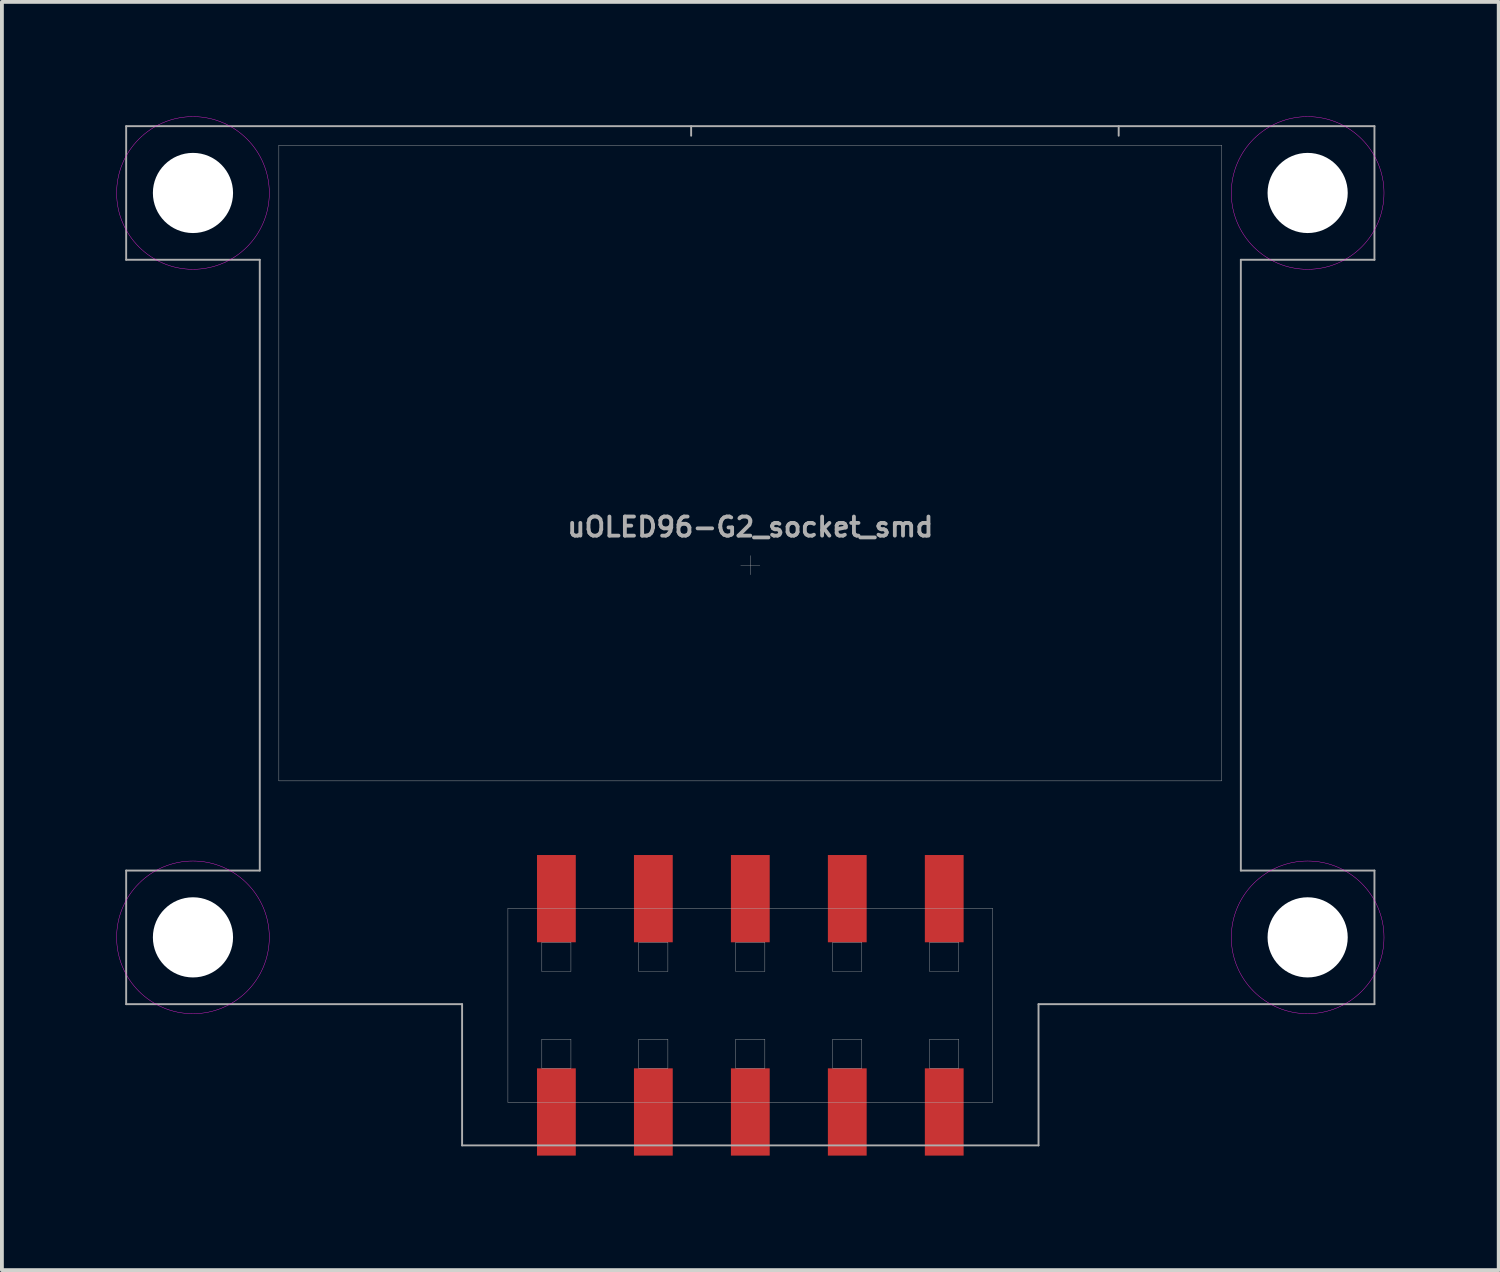
<source format=kicad_pcb>
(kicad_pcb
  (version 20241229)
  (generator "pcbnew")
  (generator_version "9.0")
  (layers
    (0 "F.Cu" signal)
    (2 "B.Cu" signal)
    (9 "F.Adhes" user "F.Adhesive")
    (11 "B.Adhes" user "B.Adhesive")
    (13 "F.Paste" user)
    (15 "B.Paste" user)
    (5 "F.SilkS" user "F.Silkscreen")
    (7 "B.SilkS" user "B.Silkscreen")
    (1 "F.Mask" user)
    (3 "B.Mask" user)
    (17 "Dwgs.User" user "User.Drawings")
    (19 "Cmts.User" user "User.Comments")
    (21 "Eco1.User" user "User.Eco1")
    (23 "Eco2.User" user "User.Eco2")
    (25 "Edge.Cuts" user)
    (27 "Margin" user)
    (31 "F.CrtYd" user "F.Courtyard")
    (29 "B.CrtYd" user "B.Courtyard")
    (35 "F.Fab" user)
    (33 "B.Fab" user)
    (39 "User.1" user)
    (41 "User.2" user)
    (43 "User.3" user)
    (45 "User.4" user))
  (footprint "uOLED96-G2_socket_smd"
    (layer "F.Cu")
    (at 16.605 11.755)
    (property "Reference" "uOLED96-G2_socket_smd" (at 0 -1 0) (layer "F.Fab") (effects (font (size 0.5 0.5) (thickness 0.1))))
    (attr through_hole)
    (fp_circle (center -14.6 -9.75) (end -12.6 -9.75) (stroke (width 0.01) (type solid)) (fill no) (layer "F.CrtYd"))
    (fp_circle (center -14.6 9.75) (end -12.6 9.75) (stroke (width 0.01) (type solid)) (fill no) (layer "F.CrtYd"))
    (fp_circle (center 14.6 -9.75) (end 16.6 -9.75) (stroke (width 0.01) (type solid)) (fill no) (layer "F.CrtYd"))
    (fp_circle (center 14.6 9.75) (end 16.6 9.75) (stroke (width 0.01) (type solid)) (fill no) (layer "F.CrtYd"))
    (fp_line (start -16.35 -11.5) (end -16.35 -8) (stroke (width 0.05) (type solid)) (layer "F.Fab"))
    (fp_line (start -16.35 -11.5) (end 16.35 -11.5) (stroke (width 0.05) (type solid)) (layer "F.Fab"))
    (fp_line (start -16.35 -8) (end -12.85 -8) (stroke (width 0.05) (type solid)) (layer "F.Fab"))
    (fp_line (start -16.35 8) (end -16.35 11.5) (stroke (width 0.05) (type solid)) (layer "F.Fab"))
    (fp_line (start -12.85 -8) (end -12.85 8) (stroke (width 0.05) (type solid)) (layer "F.Fab"))
    (fp_line (start -12.85 8) (end -16.35 8) (stroke (width 0.05) (type solid)) (layer "F.Fab"))
    (fp_line (start -12.35 -11) (end -12.35 5.65) (stroke (width 0.01) (type solid)) (layer "F.Fab"))
    (fp_line (start -12.35 5.65) (end 12.35 5.65) (stroke (width 0.01) (type solid)) (layer "F.Fab"))
    (fp_line (start -7.55 11.5) (end -16.35 11.5) (stroke (width 0.05) (type solid)) (layer "F.Fab"))
    (fp_line (start -7.55 15.2) (end -7.55 11.5) (stroke (width 0.05) (type solid)) (layer "F.Fab"))
    (fp_line (start -7.55 15.2) (end 7.55 15.2) (stroke (width 0.05) (type solid)) (layer "F.Fab"))
    (fp_line (start -6.35 8.99) (end 6.35 8.99) (stroke (width 0.01) (type solid)) (layer "F.Fab"))
    (fp_line (start -6.35 14.07) (end -6.35 8.99) (stroke (width 0.01) (type solid)) (layer "F.Fab"))
    (fp_line (start -5.461 9.879) (end -4.699 9.879) (stroke (width 0.01) (type solid)) (layer "F.Fab"))
    (fp_line (start -5.461 10.641) (end -5.461 9.879) (stroke (width 0.01) (type solid)) (layer "F.Fab"))
    (fp_line (start -5.461 12.419) (end -4.699 12.419) (stroke (width 0.01) (type solid)) (layer "F.Fab"))
    (fp_line (start -5.461 13.181) (end -5.461 12.419) (stroke (width 0.01) (type solid)) (layer "F.Fab"))
    (fp_line (start -4.699 9.879) (end -4.699 10.641) (stroke (width 0.01) (type solid)) (layer "F.Fab"))
    (fp_line (start -4.699 10.641) (end -5.461 10.641) (stroke (width 0.01) (type solid)) (layer "F.Fab"))
    (fp_line (start -4.699 12.419) (end -4.699 13.181) (stroke (width 0.01) (type solid)) (layer "F.Fab"))
    (fp_line (start -4.699 13.181) (end -5.461 13.181) (stroke (width 0.01) (type solid)) (layer "F.Fab"))
    (fp_line (start -2.921 9.879) (end -2.159 9.879) (stroke (width 0.01) (type solid)) (layer "F.Fab"))
    (fp_line (start -2.921 10.641) (end -2.921 9.879) (stroke (width 0.01) (type solid)) (layer "F.Fab"))
    (fp_line (start -2.921 12.419) (end -2.159 12.419) (stroke (width 0.01) (type solid)) (layer "F.Fab"))
    (fp_line (start -2.921 13.181) (end -2.921 12.419) (stroke (width 0.01) (type solid)) (layer "F.Fab"))
    (fp_line (start -2.159 9.879) (end -2.159 10.641) (stroke (width 0.01) (type solid)) (layer "F.Fab"))
    (fp_line (start -2.159 10.641) (end -2.921 10.641) (stroke (width 0.01) (type solid)) (layer "F.Fab"))
    (fp_line (start -2.159 12.419) (end -2.159 13.181) (stroke (width 0.01) (type solid)) (layer "F.Fab"))
    (fp_line (start -2.159 13.181) (end -2.921 13.181) (stroke (width 0.01) (type solid)) (layer "F.Fab"))
    (fp_line (start -1.55 -11.5) (end -1.55 -11.25) (stroke (width 0.05) (type solid)) (layer "F.Fab"))
    (fp_line (start -0.381 9.879) (end 0.381 9.879) (stroke (width 0.01) (type solid)) (layer "F.Fab"))
    (fp_line (start -0.381 10.641) (end -0.381 9.879) (stroke (width 0.01) (type solid)) (layer "F.Fab"))
    (fp_line (start -0.381 12.419) (end 0.381 12.419) (stroke (width 0.01) (type solid)) (layer "F.Fab"))
    (fp_line (start -0.381 13.181) (end -0.381 12.419) (stroke (width 0.01) (type solid)) (layer "F.Fab"))
    (fp_line (start -0.25 0) (end 0.25 0) (stroke (width 0.01) (type solid)) (layer "F.Fab"))
    (fp_line (start 0 -0.25) (end 0 0.25) (stroke (width 0.01) (type solid)) (layer "F.Fab"))
    (fp_line (start 0.381 9.879) (end 0.381 10.641) (stroke (width 0.01) (type solid)) (layer "F.Fab"))
    (fp_line (start 0.381 10.641) (end -0.381 10.641) (stroke (width 0.01) (type solid)) (layer "F.Fab"))
    (fp_line (start 0.381 12.419) (end 0.381 13.181) (stroke (width 0.01) (type solid)) (layer "F.Fab"))
    (fp_line (start 0.381 13.181) (end -0.381 13.181) (stroke (width 0.01) (type solid)) (layer "F.Fab"))
    (fp_line (start 2.159 9.879) (end 2.921 9.879) (stroke (width 0.01) (type solid)) (layer "F.Fab"))
    (fp_line (start 2.159 10.641) (end 2.159 9.879) (stroke (width 0.01) (type solid)) (layer "F.Fab"))
    (fp_line (start 2.159 12.419) (end 2.921 12.419) (stroke (width 0.01) (type solid)) (layer "F.Fab"))
    (fp_line (start 2.159 13.181) (end 2.159 12.419) (stroke (width 0.01) (type solid)) (layer "F.Fab"))
    (fp_line (start 2.921 9.879) (end 2.921 10.641) (stroke (width 0.01) (type solid)) (layer "F.Fab"))
    (fp_line (start 2.921 10.641) (end 2.159 10.641) (stroke (width 0.01) (type solid)) (layer "F.Fab"))
    (fp_line (start 2.921 12.419) (end 2.921 13.181) (stroke (width 0.01) (type solid)) (layer "F.Fab"))
    (fp_line (start 2.921 13.181) (end 2.159 13.181) (stroke (width 0.01) (type solid)) (layer "F.Fab"))
    (fp_line (start 4.699 9.879) (end 5.461 9.879) (stroke (width 0.01) (type solid)) (layer "F.Fab"))
    (fp_line (start 4.699 10.641) (end 4.699 9.879) (stroke (width 0.01) (type solid)) (layer "F.Fab"))
    (fp_line (start 4.699 12.419) (end 5.461 12.419) (stroke (width 0.01) (type solid)) (layer "F.Fab"))
    (fp_line (start 4.699 13.181) (end 4.699 12.419) (stroke (width 0.01) (type solid)) (layer "F.Fab"))
    (fp_line (start 5.461 9.879) (end 5.461 10.641) (stroke (width 0.01) (type solid)) (layer "F.Fab"))
    (fp_line (start 5.461 10.641) (end 4.699 10.641) (stroke (width 0.01) (type solid)) (layer "F.Fab"))
    (fp_line (start 5.461 12.419) (end 5.461 13.181) (stroke (width 0.01) (type solid)) (layer "F.Fab"))
    (fp_line (start 5.461 13.181) (end 4.699 13.181) (stroke (width 0.01) (type solid)) (layer "F.Fab"))
    (fp_line (start 6.35 8.99) (end 6.35 14.07) (stroke (width 0.01) (type solid)) (layer "F.Fab"))
    (fp_line (start 6.35 14.07) (end -6.35 14.07) (stroke (width 0.01) (type solid)) (layer "F.Fab"))
    (fp_line (start 7.55 15.2) (end 7.55 11.5) (stroke (width 0.05) (type solid)) (layer "F.Fab"))
    (fp_line (start 9.65 -11.5) (end 9.65 -11.25) (stroke (width 0.05) (type solid)) (layer "F.Fab"))
    (fp_line (start 12.35 -11) (end -12.35 -11) (stroke (width 0.01) (type solid)) (layer "F.Fab"))
    (fp_line (start 12.35 5.65) (end 12.35 -11) (stroke (width 0.01) (type solid)) (layer "F.Fab"))
    (fp_line (start 12.85 -8) (end 16.35 -8) (stroke (width 0.05) (type solid)) (layer "F.Fab"))
    (fp_line (start 12.85 8) (end 12.85 -8) (stroke (width 0.05) (type solid)) (layer "F.Fab"))
    (fp_line (start 16.35 -8) (end 16.35 -11.5) (stroke (width 0.05) (type solid)) (layer "F.Fab"))
    (fp_line (start 16.35 8) (end 12.85 8) (stroke (width 0.05) (type solid)) (layer "F.Fab"))
    (fp_line (start 16.35 11.5) (end 7.55 11.5) (stroke (width 0.05) (type solid)) (layer "F.Fab"))
    (fp_line (start 16.35 11.5) (end 16.35 8) (stroke (width 0.05) (type solid)) (layer "F.Fab"))
    (pad "" np_thru_hole circle (at -14.6 -9.75) (size 2.1 2.1) (drill 2.1) (layers "*.Cu" "*.Mask"))
    (pad "" np_thru_hole circle (at -14.6 9.75 180) (size 2.1 2.1) (drill 2.1) (layers "*.Cu" "*.Mask"))
    (pad "" np_thru_hole circle (at 14.6 -9.75) (size 2.1 2.1) (drill 2.1) (layers "*.Cu" "*.Mask"))
    (pad "" np_thru_hole circle (at 14.6 9.75 180) (size 2.1 2.1) (drill 2.1) (layers "*.Cu" "*.Mask"))
    (pad "1" smd rect (at 5.08 14.324) (size 1.016 2.286) (layers "F.Cu" "F.Mask" "F.Paste"))
    (pad "2" smd rect (at 5.08 8.736) (size 1.016 2.286) (layers "F.Cu" "F.Mask" "F.Paste"))
    (pad "3" smd rect (at 2.54 14.324) (size 1.016 2.286) (layers "F.Cu" "F.Mask" "F.Paste"))
    (pad "4" smd rect (at 2.54 8.736) (size 1.016 2.286) (layers "F.Cu" "F.Mask" "F.Paste"))
    (pad "5" smd rect (at 0 14.324) (size 1.016 2.286) (layers "F.Cu" "F.Mask" "F.Paste"))
    (pad "6" smd rect (at 0 8.736) (size 1.016 2.286) (layers "F.Cu" "F.Mask" "F.Paste"))
    (pad "7" smd rect (at -2.54 14.324) (size 1.016 2.286) (layers "F.Cu" "F.Mask" "F.Paste"))
    (pad "8" smd rect (at -2.54 8.736) (size 1.016 2.286) (layers "F.Cu" "F.Mask" "F.Paste"))
    (pad "9" smd rect (at -5.08 14.324) (size 1.016 2.286) (layers "F.Cu" "F.Mask" "F.Paste"))
    (pad "10" smd rect (at -5.08 8.736) (size 1.016 2.286) (layers "F.Cu" "F.Mask" "F.Paste")))
  (gr_rect
    (start -3 -3)
    (end 36.21 30.222)
    (stroke (width 0.1) (type default))
    (fill no)
    (layer "Edge.Cuts")))
</source>
